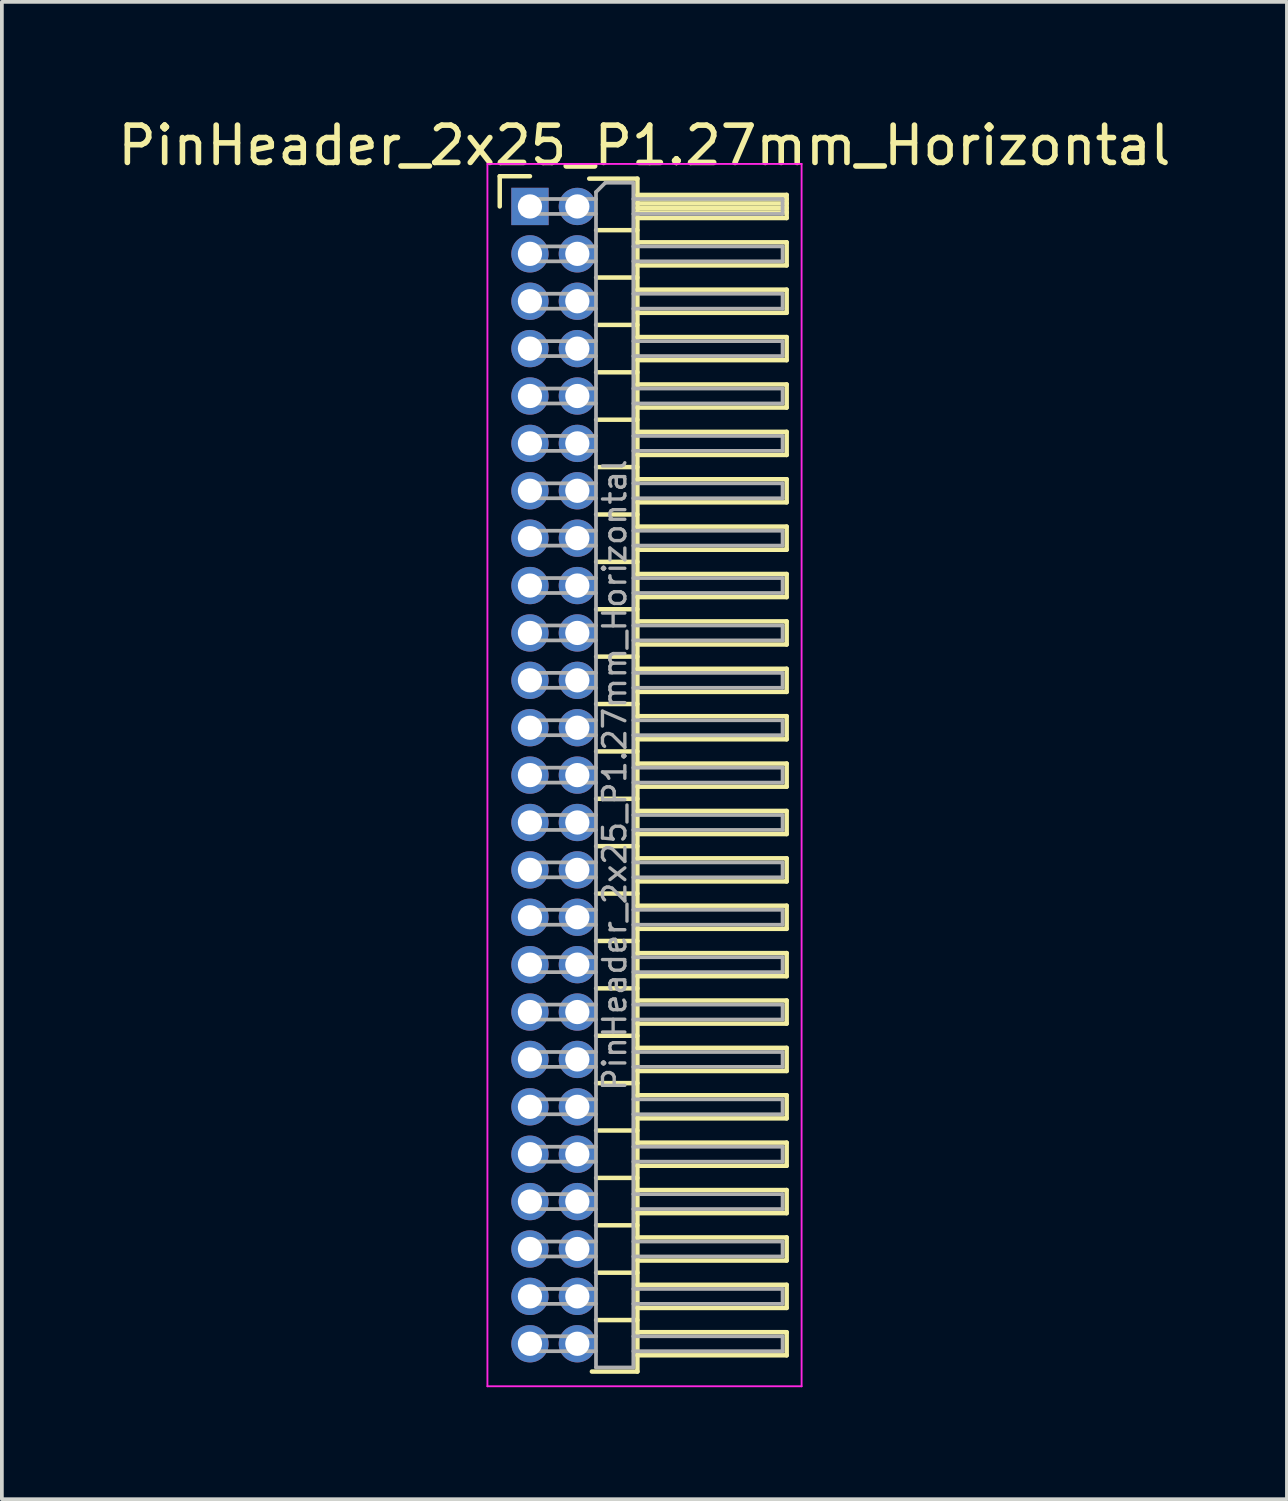
<source format=kicad_pcb>
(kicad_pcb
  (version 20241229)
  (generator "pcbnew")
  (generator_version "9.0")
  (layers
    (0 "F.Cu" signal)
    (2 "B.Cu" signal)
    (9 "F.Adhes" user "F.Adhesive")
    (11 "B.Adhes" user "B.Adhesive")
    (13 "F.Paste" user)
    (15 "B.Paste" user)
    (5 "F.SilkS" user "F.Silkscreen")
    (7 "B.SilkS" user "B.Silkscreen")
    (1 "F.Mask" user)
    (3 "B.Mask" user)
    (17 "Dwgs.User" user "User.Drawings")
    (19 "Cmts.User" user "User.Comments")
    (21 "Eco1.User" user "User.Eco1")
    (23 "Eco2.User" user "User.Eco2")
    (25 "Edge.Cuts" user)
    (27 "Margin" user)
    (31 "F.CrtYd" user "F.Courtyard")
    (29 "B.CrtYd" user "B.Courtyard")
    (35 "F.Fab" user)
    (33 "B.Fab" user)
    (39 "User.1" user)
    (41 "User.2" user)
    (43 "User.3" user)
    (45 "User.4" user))
  (footprint "PinHeader_2x25_P1.27mm_Horizontal"
    (layer "F.Cu")
    (at 11.153 2.483)
    (property "Reference" "PinHeader_2x25_P1.27mm_Horizontal" (at 3.067 -1.635 0) (layer "F.SilkS") (effects (font (size 1 1) (thickness 0.15))))
    (attr through_hole)
    (fp_line (start -0.81 -0.81) (end 0 -0.81) (stroke (width 0.12) (type solid)) (layer "F.SilkS"))
    (fp_line (start -0.81 0) (end -0.81 -0.81) (stroke (width 0.12) (type solid)) (layer "F.SilkS"))
    (fp_line (start 1.588 -0.745) (end 2.88 -0.745) (stroke (width 0.12) (type solid)) (layer "F.SilkS"))
    (fp_line (start 1.773 0.635) (end 2.88 0.635) (stroke (width 0.12) (type solid)) (layer "F.SilkS"))
    (fp_line (start 1.773 1.905) (end 2.88 1.905) (stroke (width 0.12) (type solid)) (layer "F.SilkS"))
    (fp_line (start 1.773 3.175) (end 2.88 3.175) (stroke (width 0.12) (type solid)) (layer "F.SilkS"))
    (fp_line (start 1.773 4.445) (end 2.88 4.445) (stroke (width 0.12) (type solid)) (layer "F.SilkS"))
    (fp_line (start 1.773 5.715) (end 2.88 5.715) (stroke (width 0.12) (type solid)) (layer "F.SilkS"))
    (fp_line (start 1.773 6.985) (end 2.88 6.985) (stroke (width 0.12) (type solid)) (layer "F.SilkS"))
    (fp_line (start 1.773 8.255) (end 2.88 8.255) (stroke (width 0.12) (type solid)) (layer "F.SilkS"))
    (fp_line (start 1.773 9.525) (end 2.88 9.525) (stroke (width 0.12) (type solid)) (layer "F.SilkS"))
    (fp_line (start 1.773 10.795) (end 2.88 10.795) (stroke (width 0.12) (type solid)) (layer "F.SilkS"))
    (fp_line (start 1.773 12.065) (end 2.88 12.065) (stroke (width 0.12) (type solid)) (layer "F.SilkS"))
    (fp_line (start 1.773 13.335) (end 2.88 13.335) (stroke (width 0.12) (type solid)) (layer "F.SilkS"))
    (fp_line (start 1.773 14.605) (end 2.88 14.605) (stroke (width 0.12) (type solid)) (layer "F.SilkS"))
    (fp_line (start 1.773 15.875) (end 2.88 15.875) (stroke (width 0.12) (type solid)) (layer "F.SilkS"))
    (fp_line (start 1.773 17.145) (end 2.88 17.145) (stroke (width 0.12) (type solid)) (layer "F.SilkS"))
    (fp_line (start 1.773 18.415) (end 2.88 18.415) (stroke (width 0.12) (type solid)) (layer "F.SilkS"))
    (fp_line (start 1.773 19.685) (end 2.88 19.685) (stroke (width 0.12) (type solid)) (layer "F.SilkS"))
    (fp_line (start 1.773 20.955) (end 2.88 20.955) (stroke (width 0.12) (type solid)) (layer "F.SilkS"))
    (fp_line (start 1.773 22.225) (end 2.88 22.225) (stroke (width 0.12) (type solid)) (layer "F.SilkS"))
    (fp_line (start 1.773 23.495) (end 2.88 23.495) (stroke (width 0.12) (type solid)) (layer "F.SilkS"))
    (fp_line (start 1.773 24.765) (end 2.88 24.765) (stroke (width 0.12) (type solid)) (layer "F.SilkS"))
    (fp_line (start 1.773 26.035) (end 2.88 26.035) (stroke (width 0.12) (type solid)) (layer "F.SilkS"))
    (fp_line (start 1.773 27.305) (end 2.88 27.305) (stroke (width 0.12) (type solid)) (layer "F.SilkS"))
    (fp_line (start 1.773 28.575) (end 2.88 28.575) (stroke (width 0.12) (type solid)) (layer "F.SilkS"))
    (fp_line (start 1.773 29.845) (end 2.88 29.845) (stroke (width 0.12) (type solid)) (layer "F.SilkS"))
    (fp_line (start 2.88 -0.745) (end 2.88 31.225) (stroke (width 0.12) (type solid)) (layer "F.SilkS"))
    (fp_line (start 2.88 -0.31) (end 6.88 -0.31) (stroke (width 0.12) (type solid)) (layer "F.SilkS"))
    (fp_line (start 2.88 -0.2) (end 6.88 -0.2) (stroke (width 0.12) (type solid)) (layer "F.SilkS"))
    (fp_line (start 2.88 -0.08) (end 6.88 -0.08) (stroke (width 0.12) (type solid)) (layer "F.SilkS"))
    (fp_line (start 2.88 0.04) (end 6.88 0.04) (stroke (width 0.12) (type solid)) (layer "F.SilkS"))
    (fp_line (start 2.88 0.16) (end 6.88 0.16) (stroke (width 0.12) (type solid)) (layer "F.SilkS"))
    (fp_line (start 2.88 0.96) (end 6.88 0.96) (stroke (width 0.12) (type solid)) (layer "F.SilkS"))
    (fp_line (start 2.88 2.23) (end 6.88 2.23) (stroke (width 0.12) (type solid)) (layer "F.SilkS"))
    (fp_line (start 2.88 3.5) (end 6.88 3.5) (stroke (width 0.12) (type solid)) (layer "F.SilkS"))
    (fp_line (start 2.88 4.77) (end 6.88 4.77) (stroke (width 0.12) (type solid)) (layer "F.SilkS"))
    (fp_line (start 2.88 6.04) (end 6.88 6.04) (stroke (width 0.12) (type solid)) (layer "F.SilkS"))
    (fp_line (start 2.88 7.31) (end 6.88 7.31) (stroke (width 0.12) (type solid)) (layer "F.SilkS"))
    (fp_line (start 2.88 8.58) (end 6.88 8.58) (stroke (width 0.12) (type solid)) (layer "F.SilkS"))
    (fp_line (start 2.88 9.85) (end 6.88 9.85) (stroke (width 0.12) (type solid)) (layer "F.SilkS"))
    (fp_line (start 2.88 11.12) (end 6.88 11.12) (stroke (width 0.12) (type solid)) (layer "F.SilkS"))
    (fp_line (start 2.88 12.39) (end 6.88 12.39) (stroke (width 0.12) (type solid)) (layer "F.SilkS"))
    (fp_line (start 2.88 13.66) (end 6.88 13.66) (stroke (width 0.12) (type solid)) (layer "F.SilkS"))
    (fp_line (start 2.88 14.93) (end 6.88 14.93) (stroke (width 0.12) (type solid)) (layer "F.SilkS"))
    (fp_line (start 2.88 16.2) (end 6.88 16.2) (stroke (width 0.12) (type solid)) (layer "F.SilkS"))
    (fp_line (start 2.88 17.47) (end 6.88 17.47) (stroke (width 0.12) (type solid)) (layer "F.SilkS"))
    (fp_line (start 2.88 18.74) (end 6.88 18.74) (stroke (width 0.12) (type solid)) (layer "F.SilkS"))
    (fp_line (start 2.88 20.01) (end 6.88 20.01) (stroke (width 0.12) (type solid)) (layer "F.SilkS"))
    (fp_line (start 2.88 21.28) (end 6.88 21.28) (stroke (width 0.12) (type solid)) (layer "F.SilkS"))
    (fp_line (start 2.88 22.55) (end 6.88 22.55) (stroke (width 0.12) (type solid)) (layer "F.SilkS"))
    (fp_line (start 2.88 23.82) (end 6.88 23.82) (stroke (width 0.12) (type solid)) (layer "F.SilkS"))
    (fp_line (start 2.88 25.09) (end 6.88 25.09) (stroke (width 0.12) (type solid)) (layer "F.SilkS"))
    (fp_line (start 2.88 26.36) (end 6.88 26.36) (stroke (width 0.12) (type solid)) (layer "F.SilkS"))
    (fp_line (start 2.88 27.63) (end 6.88 27.63) (stroke (width 0.12) (type solid)) (layer "F.SilkS"))
    (fp_line (start 2.88 28.9) (end 6.88 28.9) (stroke (width 0.12) (type solid)) (layer "F.SilkS"))
    (fp_line (start 2.88 30.17) (end 6.88 30.17) (stroke (width 0.12) (type solid)) (layer "F.SilkS"))
    (fp_line (start 2.88 31.225) (end 1.66 31.225) (stroke (width 0.12) (type solid)) (layer "F.SilkS"))
    (fp_line (start 6.88 -0.31) (end 6.88 0.31) (stroke (width 0.12) (type solid)) (layer "F.SilkS"))
    (fp_line (start 6.88 0.31) (end 2.88 0.31) (stroke (width 0.12) (type solid)) (layer "F.SilkS"))
    (fp_line (start 6.88 0.96) (end 6.88 1.58) (stroke (width 0.12) (type solid)) (layer "F.SilkS"))
    (fp_line (start 6.88 1.58) (end 2.88 1.58) (stroke (width 0.12) (type solid)) (layer "F.SilkS"))
    (fp_line (start 6.88 2.23) (end 6.88 2.85) (stroke (width 0.12) (type solid)) (layer "F.SilkS"))
    (fp_line (start 6.88 2.85) (end 2.88 2.85) (stroke (width 0.12) (type solid)) (layer "F.SilkS"))
    (fp_line (start 6.88 3.5) (end 6.88 4.12) (stroke (width 0.12) (type solid)) (layer "F.SilkS"))
    (fp_line (start 6.88 4.12) (end 2.88 4.12) (stroke (width 0.12) (type solid)) (layer "F.SilkS"))
    (fp_line (start 6.88 4.77) (end 6.88 5.39) (stroke (width 0.12) (type solid)) (layer "F.SilkS"))
    (fp_line (start 6.88 5.39) (end 2.88 5.39) (stroke (width 0.12) (type solid)) (layer "F.SilkS"))
    (fp_line (start 6.88 6.04) (end 6.88 6.66) (stroke (width 0.12) (type solid)) (layer "F.SilkS"))
    (fp_line (start 6.88 6.66) (end 2.88 6.66) (stroke (width 0.12) (type solid)) (layer "F.SilkS"))
    (fp_line (start 6.88 7.31) (end 6.88 7.93) (stroke (width 0.12) (type solid)) (layer "F.SilkS"))
    (fp_line (start 6.88 7.93) (end 2.88 7.93) (stroke (width 0.12) (type solid)) (layer "F.SilkS"))
    (fp_line (start 6.88 8.58) (end 6.88 9.2) (stroke (width 0.12) (type solid)) (layer "F.SilkS"))
    (fp_line (start 6.88 9.2) (end 2.88 9.2) (stroke (width 0.12) (type solid)) (layer "F.SilkS"))
    (fp_line (start 6.88 9.85) (end 6.88 10.47) (stroke (width 0.12) (type solid)) (layer "F.SilkS"))
    (fp_line (start 6.88 10.47) (end 2.88 10.47) (stroke (width 0.12) (type solid)) (layer "F.SilkS"))
    (fp_line (start 6.88 11.12) (end 6.88 11.74) (stroke (width 0.12) (type solid)) (layer "F.SilkS"))
    (fp_line (start 6.88 11.74) (end 2.88 11.74) (stroke (width 0.12) (type solid)) (layer "F.SilkS"))
    (fp_line (start 6.88 12.39) (end 6.88 13.01) (stroke (width 0.12) (type solid)) (layer "F.SilkS"))
    (fp_line (start 6.88 13.01) (end 2.88 13.01) (stroke (width 0.12) (type solid)) (layer "F.SilkS"))
    (fp_line (start 6.88 13.66) (end 6.88 14.28) (stroke (width 0.12) (type solid)) (layer "F.SilkS"))
    (fp_line (start 6.88 14.28) (end 2.88 14.28) (stroke (width 0.12) (type solid)) (layer "F.SilkS"))
    (fp_line (start 6.88 14.93) (end 6.88 15.55) (stroke (width 0.12) (type solid)) (layer "F.SilkS"))
    (fp_line (start 6.88 15.55) (end 2.88 15.55) (stroke (width 0.12) (type solid)) (layer "F.SilkS"))
    (fp_line (start 6.88 16.2) (end 6.88 16.82) (stroke (width 0.12) (type solid)) (layer "F.SilkS"))
    (fp_line (start 6.88 16.82) (end 2.88 16.82) (stroke (width 0.12) (type solid)) (layer "F.SilkS"))
    (fp_line (start 6.88 17.47) (end 6.88 18.09) (stroke (width 0.12) (type solid)) (layer "F.SilkS"))
    (fp_line (start 6.88 18.09) (end 2.88 18.09) (stroke (width 0.12) (type solid)) (layer "F.SilkS"))
    (fp_line (start 6.88 18.74) (end 6.88 19.36) (stroke (width 0.12) (type solid)) (layer "F.SilkS"))
    (fp_line (start 6.88 19.36) (end 2.88 19.36) (stroke (width 0.12) (type solid)) (layer "F.SilkS"))
    (fp_line (start 6.88 20.01) (end 6.88 20.63) (stroke (width 0.12) (type solid)) (layer "F.SilkS"))
    (fp_line (start 6.88 20.63) (end 2.88 20.63) (stroke (width 0.12) (type solid)) (layer "F.SilkS"))
    (fp_line (start 6.88 21.28) (end 6.88 21.9) (stroke (width 0.12) (type solid)) (layer "F.SilkS"))
    (fp_line (start 6.88 21.9) (end 2.88 21.9) (stroke (width 0.12) (type solid)) (layer "F.SilkS"))
    (fp_line (start 6.88 22.55) (end 6.88 23.17) (stroke (width 0.12) (type solid)) (layer "F.SilkS"))
    (fp_line (start 6.88 23.17) (end 2.88 23.17) (stroke (width 0.12) (type solid)) (layer "F.SilkS"))
    (fp_line (start 6.88 23.82) (end 6.88 24.44) (stroke (width 0.12) (type solid)) (layer "F.SilkS"))
    (fp_line (start 6.88 24.44) (end 2.88 24.44) (stroke (width 0.12) (type solid)) (layer "F.SilkS"))
    (fp_line (start 6.88 25.09) (end 6.88 25.71) (stroke (width 0.12) (type solid)) (layer "F.SilkS"))
    (fp_line (start 6.88 25.71) (end 2.88 25.71) (stroke (width 0.12) (type solid)) (layer "F.SilkS"))
    (fp_line (start 6.88 26.36) (end 6.88 26.98) (stroke (width 0.12) (type solid)) (layer "F.SilkS"))
    (fp_line (start 6.88 26.98) (end 2.88 26.98) (stroke (width 0.12) (type solid)) (layer "F.SilkS"))
    (fp_line (start 6.88 27.63) (end 6.88 28.25) (stroke (width 0.12) (type solid)) (layer "F.SilkS"))
    (fp_line (start 6.88 28.25) (end 2.88 28.25) (stroke (width 0.12) (type solid)) (layer "F.SilkS"))
    (fp_line (start 6.88 28.9) (end 6.88 29.52) (stroke (width 0.12) (type solid)) (layer "F.SilkS"))
    (fp_line (start 6.88 29.52) (end 2.88 29.52) (stroke (width 0.12) (type solid)) (layer "F.SilkS"))
    (fp_line (start 6.88 30.17) (end 6.88 30.79) (stroke (width 0.12) (type solid)) (layer "F.SilkS"))
    (fp_line (start 6.88 30.79) (end 2.88 30.79) (stroke (width 0.12) (type solid)) (layer "F.SilkS"))
    (fp_line (start -1.14 -1.14) (end -1.14 31.62) (stroke (width 0.05) (type solid)) (layer "F.CrtYd"))
    (fp_line (start -1.14 31.62) (end 7.28 31.62) (stroke (width 0.05) (type solid)) (layer "F.CrtYd"))
    (fp_line (start 7.28 -1.14) (end -1.14 -1.14) (stroke (width 0.05) (type solid)) (layer "F.CrtYd"))
    (fp_line (start 7.28 31.62) (end 7.28 -1.14) (stroke (width 0.05) (type solid)) (layer "F.CrtYd"))
    (fp_line (start -0.2 -0.2) (end -0.2 0.2) (stroke (width 0.1) (type solid)) (layer "F.Fab"))
    (fp_line (start -0.2 -0.2) (end 1.77 -0.2) (stroke (width 0.1) (type solid)) (layer "F.Fab"))
    (fp_line (start -0.2 0.2) (end 1.77 0.2) (stroke (width 0.1) (type solid)) (layer "F.Fab"))
    (fp_line (start -0.2 1.07) (end -0.2 1.47) (stroke (width 0.1) (type solid)) (layer "F.Fab"))
    (fp_line (start -0.2 1.07) (end 1.77 1.07) (stroke (width 0.1) (type solid)) (layer "F.Fab"))
    (fp_line (start -0.2 1.47) (end 1.77 1.47) (stroke (width 0.1) (type solid)) (layer "F.Fab"))
    (fp_line (start -0.2 2.34) (end -0.2 2.74) (stroke (width 0.1) (type solid)) (layer "F.Fab"))
    (fp_line (start -0.2 2.34) (end 1.77 2.34) (stroke (width 0.1) (type solid)) (layer "F.Fab"))
    (fp_line (start -0.2 2.74) (end 1.77 2.74) (stroke (width 0.1) (type solid)) (layer "F.Fab"))
    (fp_line (start -0.2 3.61) (end -0.2 4.01) (stroke (width 0.1) (type solid)) (layer "F.Fab"))
    (fp_line (start -0.2 3.61) (end 1.77 3.61) (stroke (width 0.1) (type solid)) (layer "F.Fab"))
    (fp_line (start -0.2 4.01) (end 1.77 4.01) (stroke (width 0.1) (type solid)) (layer "F.Fab"))
    (fp_line (start -0.2 4.88) (end -0.2 5.28) (stroke (width 0.1) (type solid)) (layer "F.Fab"))
    (fp_line (start -0.2 4.88) (end 1.77 4.88) (stroke (width 0.1) (type solid)) (layer "F.Fab"))
    (fp_line (start -0.2 5.28) (end 1.77 5.28) (stroke (width 0.1) (type solid)) (layer "F.Fab"))
    (fp_line (start -0.2 6.15) (end -0.2 6.55) (stroke (width 0.1) (type solid)) (layer "F.Fab"))
    (fp_line (start -0.2 6.15) (end 1.77 6.15) (stroke (width 0.1) (type solid)) (layer "F.Fab"))
    (fp_line (start -0.2 6.55) (end 1.77 6.55) (stroke (width 0.1) (type solid)) (layer "F.Fab"))
    (fp_line (start -0.2 7.42) (end -0.2 7.82) (stroke (width 0.1) (type solid)) (layer "F.Fab"))
    (fp_line (start -0.2 7.42) (end 1.77 7.42) (stroke (width 0.1) (type solid)) (layer "F.Fab"))
    (fp_line (start -0.2 7.82) (end 1.77 7.82) (stroke (width 0.1) (type solid)) (layer "F.Fab"))
    (fp_line (start -0.2 8.69) (end -0.2 9.09) (stroke (width 0.1) (type solid)) (layer "F.Fab"))
    (fp_line (start -0.2 8.69) (end 1.77 8.69) (stroke (width 0.1) (type solid)) (layer "F.Fab"))
    (fp_line (start -0.2 9.09) (end 1.77 9.09) (stroke (width 0.1) (type solid)) (layer "F.Fab"))
    (fp_line (start -0.2 9.96) (end -0.2 10.36) (stroke (width 0.1) (type solid)) (layer "F.Fab"))
    (fp_line (start -0.2 9.96) (end 1.77 9.96) (stroke (width 0.1) (type solid)) (layer "F.Fab"))
    (fp_line (start -0.2 10.36) (end 1.77 10.36) (stroke (width 0.1) (type solid)) (layer "F.Fab"))
    (fp_line (start -0.2 11.23) (end -0.2 11.63) (stroke (width 0.1) (type solid)) (layer "F.Fab"))
    (fp_line (start -0.2 11.23) (end 1.77 11.23) (stroke (width 0.1) (type solid)) (layer "F.Fab"))
    (fp_line (start -0.2 11.63) (end 1.77 11.63) (stroke (width 0.1) (type solid)) (layer "F.Fab"))
    (fp_line (start -0.2 12.5) (end -0.2 12.9) (stroke (width 0.1) (type solid)) (layer "F.Fab"))
    (fp_line (start -0.2 12.5) (end 1.77 12.5) (stroke (width 0.1) (type solid)) (layer "F.Fab"))
    (fp_line (start -0.2 12.9) (end 1.77 12.9) (stroke (width 0.1) (type solid)) (layer "F.Fab"))
    (fp_line (start -0.2 13.77) (end -0.2 14.17) (stroke (width 0.1) (type solid)) (layer "F.Fab"))
    (fp_line (start -0.2 13.77) (end 1.77 13.77) (stroke (width 0.1) (type solid)) (layer "F.Fab"))
    (fp_line (start -0.2 14.17) (end 1.77 14.17) (stroke (width 0.1) (type solid)) (layer "F.Fab"))
    (fp_line (start -0.2 15.04) (end -0.2 15.44) (stroke (width 0.1) (type solid)) (layer "F.Fab"))
    (fp_line (start -0.2 15.04) (end 1.77 15.04) (stroke (width 0.1) (type solid)) (layer "F.Fab"))
    (fp_line (start -0.2 15.44) (end 1.77 15.44) (stroke (width 0.1) (type solid)) (layer "F.Fab"))
    (fp_line (start -0.2 16.31) (end -0.2 16.71) (stroke (width 0.1) (type solid)) (layer "F.Fab"))
    (fp_line (start -0.2 16.31) (end 1.77 16.31) (stroke (width 0.1) (type solid)) (layer "F.Fab"))
    (fp_line (start -0.2 16.71) (end 1.77 16.71) (stroke (width 0.1) (type solid)) (layer "F.Fab"))
    (fp_line (start -0.2 17.58) (end -0.2 17.98) (stroke (width 0.1) (type solid)) (layer "F.Fab"))
    (fp_line (start -0.2 17.58) (end 1.77 17.58) (stroke (width 0.1) (type solid)) (layer "F.Fab"))
    (fp_line (start -0.2 17.98) (end 1.77 17.98) (stroke (width 0.1) (type solid)) (layer "F.Fab"))
    (fp_line (start -0.2 18.85) (end -0.2 19.25) (stroke (width 0.1) (type solid)) (layer "F.Fab"))
    (fp_line (start -0.2 18.85) (end 1.77 18.85) (stroke (width 0.1) (type solid)) (layer "F.Fab"))
    (fp_line (start -0.2 19.25) (end 1.77 19.25) (stroke (width 0.1) (type solid)) (layer "F.Fab"))
    (fp_line (start -0.2 20.12) (end -0.2 20.52) (stroke (width 0.1) (type solid)) (layer "F.Fab"))
    (fp_line (start -0.2 20.12) (end 1.77 20.12) (stroke (width 0.1) (type solid)) (layer "F.Fab"))
    (fp_line (start -0.2 20.52) (end 1.77 20.52) (stroke (width 0.1) (type solid)) (layer "F.Fab"))
    (fp_line (start -0.2 21.39) (end -0.2 21.79) (stroke (width 0.1) (type solid)) (layer "F.Fab"))
    (fp_line (start -0.2 21.39) (end 1.77 21.39) (stroke (width 0.1) (type solid)) (layer "F.Fab"))
    (fp_line (start -0.2 21.79) (end 1.77 21.79) (stroke (width 0.1) (type solid)) (layer "F.Fab"))
    (fp_line (start -0.2 22.66) (end -0.2 23.06) (stroke (width 0.1) (type solid)) (layer "F.Fab"))
    (fp_line (start -0.2 22.66) (end 1.77 22.66) (stroke (width 0.1) (type solid)) (layer "F.Fab"))
    (fp_line (start -0.2 23.06) (end 1.77 23.06) (stroke (width 0.1) (type solid)) (layer "F.Fab"))
    (fp_line (start -0.2 23.93) (end -0.2 24.33) (stroke (width 0.1) (type solid)) (layer "F.Fab"))
    (fp_line (start -0.2 23.93) (end 1.77 23.93) (stroke (width 0.1) (type solid)) (layer "F.Fab"))
    (fp_line (start -0.2 24.33) (end 1.77 24.33) (stroke (width 0.1) (type solid)) (layer "F.Fab"))
    (fp_line (start -0.2 25.2) (end -0.2 25.6) (stroke (width 0.1) (type solid)) (layer "F.Fab"))
    (fp_line (start -0.2 25.2) (end 1.77 25.2) (stroke (width 0.1) (type solid)) (layer "F.Fab"))
    (fp_line (start -0.2 25.6) (end 1.77 25.6) (stroke (width 0.1) (type solid)) (layer "F.Fab"))
    (fp_line (start -0.2 26.47) (end -0.2 26.87) (stroke (width 0.1) (type solid)) (layer "F.Fab"))
    (fp_line (start -0.2 26.47) (end 1.77 26.47) (stroke (width 0.1) (type solid)) (layer "F.Fab"))
    (fp_line (start -0.2 26.87) (end 1.77 26.87) (stroke (width 0.1) (type solid)) (layer "F.Fab"))
    (fp_line (start -0.2 27.74) (end -0.2 28.14) (stroke (width 0.1) (type solid)) (layer "F.Fab"))
    (fp_line (start -0.2 27.74) (end 1.77 27.74) (stroke (width 0.1) (type solid)) (layer "F.Fab"))
    (fp_line (start -0.2 28.14) (end 1.77 28.14) (stroke (width 0.1) (type solid)) (layer "F.Fab"))
    (fp_line (start -0.2 29.01) (end -0.2 29.41) (stroke (width 0.1) (type solid)) (layer "F.Fab"))
    (fp_line (start -0.2 29.01) (end 1.77 29.01) (stroke (width 0.1) (type solid)) (layer "F.Fab"))
    (fp_line (start -0.2 29.41) (end 1.77 29.41) (stroke (width 0.1) (type solid)) (layer "F.Fab"))
    (fp_line (start -0.2 30.28) (end -0.2 30.68) (stroke (width 0.1) (type solid)) (layer "F.Fab"))
    (fp_line (start -0.2 30.28) (end 1.77 30.28) (stroke (width 0.1) (type solid)) (layer "F.Fab"))
    (fp_line (start -0.2 30.68) (end 1.77 30.68) (stroke (width 0.1) (type solid)) (layer "F.Fab"))
    (fp_line (start 1.77 -0.385) (end 2.02 -0.635) (stroke (width 0.1) (type solid)) (layer "F.Fab"))
    (fp_line (start 1.77 31.115) (end 1.77 -0.385) (stroke (width 0.1) (type solid)) (layer "F.Fab"))
    (fp_line (start 2.02 -0.635) (end 2.77 -0.635) (stroke (width 0.1) (type solid)) (layer "F.Fab"))
    (fp_line (start 2.77 -0.635) (end 2.77 31.115) (stroke (width 0.1) (type solid)) (layer "F.Fab"))
    (fp_line (start 2.77 -0.2) (end 6.77 -0.2) (stroke (width 0.1) (type solid)) (layer "F.Fab"))
    (fp_line (start 2.77 0.2) (end 6.77 0.2) (stroke (width 0.1) (type solid)) (layer "F.Fab"))
    (fp_line (start 2.77 1.07) (end 6.77 1.07) (stroke (width 0.1) (type solid)) (layer "F.Fab"))
    (fp_line (start 2.77 1.47) (end 6.77 1.47) (stroke (width 0.1) (type solid)) (layer "F.Fab"))
    (fp_line (start 2.77 2.34) (end 6.77 2.34) (stroke (width 0.1) (type solid)) (layer "F.Fab"))
    (fp_line (start 2.77 2.74) (end 6.77 2.74) (stroke (width 0.1) (type solid)) (layer "F.Fab"))
    (fp_line (start 2.77 3.61) (end 6.77 3.61) (stroke (width 0.1) (type solid)) (layer "F.Fab"))
    (fp_line (start 2.77 4.01) (end 6.77 4.01) (stroke (width 0.1) (type solid)) (layer "F.Fab"))
    (fp_line (start 2.77 4.88) (end 6.77 4.88) (stroke (width 0.1) (type solid)) (layer "F.Fab"))
    (fp_line (start 2.77 5.28) (end 6.77 5.28) (stroke (width 0.1) (type solid)) (layer "F.Fab"))
    (fp_line (start 2.77 6.15) (end 6.77 6.15) (stroke (width 0.1) (type solid)) (layer "F.Fab"))
    (fp_line (start 2.77 6.55) (end 6.77 6.55) (stroke (width 0.1) (type solid)) (layer "F.Fab"))
    (fp_line (start 2.77 7.42) (end 6.77 7.42) (stroke (width 0.1) (type solid)) (layer "F.Fab"))
    (fp_line (start 2.77 7.82) (end 6.77 7.82) (stroke (width 0.1) (type solid)) (layer "F.Fab"))
    (fp_line (start 2.77 8.69) (end 6.77 8.69) (stroke (width 0.1) (type solid)) (layer "F.Fab"))
    (fp_line (start 2.77 9.09) (end 6.77 9.09) (stroke (width 0.1) (type solid)) (layer "F.Fab"))
    (fp_line (start 2.77 9.96) (end 6.77 9.96) (stroke (width 0.1) (type solid)) (layer "F.Fab"))
    (fp_line (start 2.77 10.36) (end 6.77 10.36) (stroke (width 0.1) (type solid)) (layer "F.Fab"))
    (fp_line (start 2.77 11.23) (end 6.77 11.23) (stroke (width 0.1) (type solid)) (layer "F.Fab"))
    (fp_line (start 2.77 11.63) (end 6.77 11.63) (stroke (width 0.1) (type solid)) (layer "F.Fab"))
    (fp_line (start 2.77 12.5) (end 6.77 12.5) (stroke (width 0.1) (type solid)) (layer "F.Fab"))
    (fp_line (start 2.77 12.9) (end 6.77 12.9) (stroke (width 0.1) (type solid)) (layer "F.Fab"))
    (fp_line (start 2.77 13.77) (end 6.77 13.77) (stroke (width 0.1) (type solid)) (layer "F.Fab"))
    (fp_line (start 2.77 14.17) (end 6.77 14.17) (stroke (width 0.1) (type solid)) (layer "F.Fab"))
    (fp_line (start 2.77 15.04) (end 6.77 15.04) (stroke (width 0.1) (type solid)) (layer "F.Fab"))
    (fp_line (start 2.77 15.44) (end 6.77 15.44) (stroke (width 0.1) (type solid)) (layer "F.Fab"))
    (fp_line (start 2.77 16.31) (end 6.77 16.31) (stroke (width 0.1) (type solid)) (layer "F.Fab"))
    (fp_line (start 2.77 16.71) (end 6.77 16.71) (stroke (width 0.1) (type solid)) (layer "F.Fab"))
    (fp_line (start 2.77 17.58) (end 6.77 17.58) (stroke (width 0.1) (type solid)) (layer "F.Fab"))
    (fp_line (start 2.77 17.98) (end 6.77 17.98) (stroke (width 0.1) (type solid)) (layer "F.Fab"))
    (fp_line (start 2.77 18.85) (end 6.77 18.85) (stroke (width 0.1) (type solid)) (layer "F.Fab"))
    (fp_line (start 2.77 19.25) (end 6.77 19.25) (stroke (width 0.1) (type solid)) (layer "F.Fab"))
    (fp_line (start 2.77 20.12) (end 6.77 20.12) (stroke (width 0.1) (type solid)) (layer "F.Fab"))
    (fp_line (start 2.77 20.52) (end 6.77 20.52) (stroke (width 0.1) (type solid)) (layer "F.Fab"))
    (fp_line (start 2.77 21.39) (end 6.77 21.39) (stroke (width 0.1) (type solid)) (layer "F.Fab"))
    (fp_line (start 2.77 21.79) (end 6.77 21.79) (stroke (width 0.1) (type solid)) (layer "F.Fab"))
    (fp_line (start 2.77 22.66) (end 6.77 22.66) (stroke (width 0.1) (type solid)) (layer "F.Fab"))
    (fp_line (start 2.77 23.06) (end 6.77 23.06) (stroke (width 0.1) (type solid)) (layer "F.Fab"))
    (fp_line (start 2.77 23.93) (end 6.77 23.93) (stroke (width 0.1) (type solid)) (layer "F.Fab"))
    (fp_line (start 2.77 24.33) (end 6.77 24.33) (stroke (width 0.1) (type solid)) (layer "F.Fab"))
    (fp_line (start 2.77 25.2) (end 6.77 25.2) (stroke (width 0.1) (type solid)) (layer "F.Fab"))
    (fp_line (start 2.77 25.6) (end 6.77 25.6) (stroke (width 0.1) (type solid)) (layer "F.Fab"))
    (fp_line (start 2.77 26.47) (end 6.77 26.47) (stroke (width 0.1) (type solid)) (layer "F.Fab"))
    (fp_line (start 2.77 26.87) (end 6.77 26.87) (stroke (width 0.1) (type solid)) (layer "F.Fab"))
    (fp_line (start 2.77 27.74) (end 6.77 27.74) (stroke (width 0.1) (type solid)) (layer "F.Fab"))
    (fp_line (start 2.77 28.14) (end 6.77 28.14) (stroke (width 0.1) (type solid)) (layer "F.Fab"))
    (fp_line (start 2.77 29.01) (end 6.77 29.01) (stroke (width 0.1) (type solid)) (layer "F.Fab"))
    (fp_line (start 2.77 29.41) (end 6.77 29.41) (stroke (width 0.1) (type solid)) (layer "F.Fab"))
    (fp_line (start 2.77 30.28) (end 6.77 30.28) (stroke (width 0.1) (type solid)) (layer "F.Fab"))
    (fp_line (start 2.77 30.68) (end 6.77 30.68) (stroke (width 0.1) (type solid)) (layer "F.Fab"))
    (fp_line (start 2.77 31.115) (end 1.77 31.115) (stroke (width 0.1) (type solid)) (layer "F.Fab"))
    (fp_line (start 6.77 -0.2) (end 6.77 0.2) (stroke (width 0.1) (type solid)) (layer "F.Fab"))
    (fp_line (start 6.77 1.07) (end 6.77 1.47) (stroke (width 0.1) (type solid)) (layer "F.Fab"))
    (fp_line (start 6.77 2.34) (end 6.77 2.74) (stroke (width 0.1) (type solid)) (layer "F.Fab"))
    (fp_line (start 6.77 3.61) (end 6.77 4.01) (stroke (width 0.1) (type solid)) (layer "F.Fab"))
    (fp_line (start 6.77 4.88) (end 6.77 5.28) (stroke (width 0.1) (type solid)) (layer "F.Fab"))
    (fp_line (start 6.77 6.15) (end 6.77 6.55) (stroke (width 0.1) (type solid)) (layer "F.Fab"))
    (fp_line (start 6.77 7.42) (end 6.77 7.82) (stroke (width 0.1) (type solid)) (layer "F.Fab"))
    (fp_line (start 6.77 8.69) (end 6.77 9.09) (stroke (width 0.1) (type solid)) (layer "F.Fab"))
    (fp_line (start 6.77 9.96) (end 6.77 10.36) (stroke (width 0.1) (type solid)) (layer "F.Fab"))
    (fp_line (start 6.77 11.23) (end 6.77 11.63) (stroke (width 0.1) (type solid)) (layer "F.Fab"))
    (fp_line (start 6.77 12.5) (end 6.77 12.9) (stroke (width 0.1) (type solid)) (layer "F.Fab"))
    (fp_line (start 6.77 13.77) (end 6.77 14.17) (stroke (width 0.1) (type solid)) (layer "F.Fab"))
    (fp_line (start 6.77 15.04) (end 6.77 15.44) (stroke (width 0.1) (type solid)) (layer "F.Fab"))
    (fp_line (start 6.77 16.31) (end 6.77 16.71) (stroke (width 0.1) (type solid)) (layer "F.Fab"))
    (fp_line (start 6.77 17.58) (end 6.77 17.98) (stroke (width 0.1) (type solid)) (layer "F.Fab"))
    (fp_line (start 6.77 18.85) (end 6.77 19.25) (stroke (width 0.1) (type solid)) (layer "F.Fab"))
    (fp_line (start 6.77 20.12) (end 6.77 20.52) (stroke (width 0.1) (type solid)) (layer "F.Fab"))
    (fp_line (start 6.77 21.39) (end 6.77 21.79) (stroke (width 0.1) (type solid)) (layer "F.Fab"))
    (fp_line (start 6.77 22.66) (end 6.77 23.06) (stroke (width 0.1) (type solid)) (layer "F.Fab"))
    (fp_line (start 6.77 23.93) (end 6.77 24.33) (stroke (width 0.1) (type solid)) (layer "F.Fab"))
    (fp_line (start 6.77 25.2) (end 6.77 25.6) (stroke (width 0.1) (type solid)) (layer "F.Fab"))
    (fp_line (start 6.77 26.47) (end 6.77 26.87) (stroke (width 0.1) (type solid)) (layer "F.Fab"))
    (fp_line (start 6.77 27.74) (end 6.77 28.14) (stroke (width 0.1) (type solid)) (layer "F.Fab"))
    (fp_line (start 6.77 29.01) (end 6.77 29.41) (stroke (width 0.1) (type solid)) (layer "F.Fab"))
    (fp_line (start 6.77 30.28) (end 6.77 30.68) (stroke (width 0.1) (type solid)) (layer "F.Fab"))
    (fp_text user "${REFERENCE}" (at 2.27 15.24 90) (layer "F.Fab") (effects (font (size 0.6 0.6) (thickness 0.09))))
    (pad "1" thru_hole rect (at 0 0) (size 1 1) (drill 0.65) (layers "*.Cu" "*.Mask"))
    (pad "2" thru_hole circle (at 1.27 0) (size 1 1) (drill 0.65) (layers "*.Cu" "*.Mask"))
    (pad "3" thru_hole circle (at 0 1.27) (size 1 1) (drill 0.65) (layers "*.Cu" "*.Mask"))
    (pad "4" thru_hole circle (at 1.27 1.27) (size 1 1) (drill 0.65) (layers "*.Cu" "*.Mask"))
    (pad "5" thru_hole circle (at 0 2.54) (size 1 1) (drill 0.65) (layers "*.Cu" "*.Mask"))
    (pad "6" thru_hole circle (at 1.27 2.54) (size 1 1) (drill 0.65) (layers "*.Cu" "*.Mask"))
    (pad "7" thru_hole circle (at 0 3.81) (size 1 1) (drill 0.65) (layers "*.Cu" "*.Mask"))
    (pad "8" thru_hole circle (at 1.27 3.81) (size 1 1) (drill 0.65) (layers "*.Cu" "*.Mask"))
    (pad "9" thru_hole circle (at 0 5.08) (size 1 1) (drill 0.65) (layers "*.Cu" "*.Mask"))
    (pad "10" thru_hole circle (at 1.27 5.08) (size 1 1) (drill 0.65) (layers "*.Cu" "*.Mask"))
    (pad "11" thru_hole circle (at 0 6.35) (size 1 1) (drill 0.65) (layers "*.Cu" "*.Mask"))
    (pad "12" thru_hole circle (at 1.27 6.35) (size 1 1) (drill 0.65) (layers "*.Cu" "*.Mask"))
    (pad "13" thru_hole circle (at 0 7.62) (size 1 1) (drill 0.65) (layers "*.Cu" "*.Mask"))
    (pad "14" thru_hole circle (at 1.27 7.62) (size 1 1) (drill 0.65) (layers "*.Cu" "*.Mask"))
    (pad "15" thru_hole circle (at 0 8.89) (size 1 1) (drill 0.65) (layers "*.Cu" "*.Mask"))
    (pad "16" thru_hole circle (at 1.27 8.89) (size 1 1) (drill 0.65) (layers "*.Cu" "*.Mask"))
    (pad "17" thru_hole circle (at 0 10.16) (size 1 1) (drill 0.65) (layers "*.Cu" "*.Mask"))
    (pad "18" thru_hole circle (at 1.27 10.16) (size 1 1) (drill 0.65) (layers "*.Cu" "*.Mask"))
    (pad "19" thru_hole circle (at 0 11.43) (size 1 1) (drill 0.65) (layers "*.Cu" "*.Mask"))
    (pad "20" thru_hole circle (at 1.27 11.43) (size 1 1) (drill 0.65) (layers "*.Cu" "*.Mask"))
    (pad "21" thru_hole circle (at 0 12.7) (size 1 1) (drill 0.65) (layers "*.Cu" "*.Mask"))
    (pad "22" thru_hole circle (at 1.27 12.7) (size 1 1) (drill 0.65) (layers "*.Cu" "*.Mask"))
    (pad "23" thru_hole circle (at 0 13.97) (size 1 1) (drill 0.65) (layers "*.Cu" "*.Mask"))
    (pad "24" thru_hole circle (at 1.27 13.97) (size 1 1) (drill 0.65) (layers "*.Cu" "*.Mask"))
    (pad "25" thru_hole circle (at 0 15.24) (size 1 1) (drill 0.65) (layers "*.Cu" "*.Mask"))
    (pad "26" thru_hole circle (at 1.27 15.24) (size 1 1) (drill 0.65) (layers "*.Cu" "*.Mask"))
    (pad "27" thru_hole circle (at 0 16.51) (size 1 1) (drill 0.65) (layers "*.Cu" "*.Mask"))
    (pad "28" thru_hole circle (at 1.27 16.51) (size 1 1) (drill 0.65) (layers "*.Cu" "*.Mask"))
    (pad "29" thru_hole circle (at 0 17.78) (size 1 1) (drill 0.65) (layers "*.Cu" "*.Mask"))
    (pad "30" thru_hole circle (at 1.27 17.78) (size 1 1) (drill 0.65) (layers "*.Cu" "*.Mask"))
    (pad "31" thru_hole circle (at 0 19.05) (size 1 1) (drill 0.65) (layers "*.Cu" "*.Mask"))
    (pad "32" thru_hole circle (at 1.27 19.05) (size 1 1) (drill 0.65) (layers "*.Cu" "*.Mask"))
    (pad "33" thru_hole circle (at 0 20.32) (size 1 1) (drill 0.65) (layers "*.Cu" "*.Mask"))
    (pad "34" thru_hole circle (at 1.27 20.32) (size 1 1) (drill 0.65) (layers "*.Cu" "*.Mask"))
    (pad "35" thru_hole circle (at 0 21.59) (size 1 1) (drill 0.65) (layers "*.Cu" "*.Mask"))
    (pad "36" thru_hole circle (at 1.27 21.59) (size 1 1) (drill 0.65) (layers "*.Cu" "*.Mask"))
    (pad "37" thru_hole circle (at 0 22.86) (size 1 1) (drill 0.65) (layers "*.Cu" "*.Mask"))
    (pad "38" thru_hole circle (at 1.27 22.86) (size 1 1) (drill 0.65) (layers "*.Cu" "*.Mask"))
    (pad "39" thru_hole circle (at 0 24.13) (size 1 1) (drill 0.65) (layers "*.Cu" "*.Mask"))
    (pad "40" thru_hole circle (at 1.27 24.13) (size 1 1) (drill 0.65) (layers "*.Cu" "*.Mask"))
    (pad "41" thru_hole circle (at 0 25.4) (size 1 1) (drill 0.65) (layers "*.Cu" "*.Mask"))
    (pad "42" thru_hole circle (at 1.27 25.4) (size 1 1) (drill 0.65) (layers "*.Cu" "*.Mask"))
    (pad "43" thru_hole circle (at 0 26.67) (size 1 1) (drill 0.65) (layers "*.Cu" "*.Mask"))
    (pad "44" thru_hole circle (at 1.27 26.67) (size 1 1) (drill 0.65) (layers "*.Cu" "*.Mask"))
    (pad "45" thru_hole circle (at 0 27.94) (size 1 1) (drill 0.65) (layers "*.Cu" "*.Mask"))
    (pad "46" thru_hole circle (at 1.27 27.94) (size 1 1) (drill 0.65) (layers "*.Cu" "*.Mask"))
    (pad "47" thru_hole circle (at 0 29.21) (size 1 1) (drill 0.65) (layers "*.Cu" "*.Mask"))
    (pad "48" thru_hole circle (at 1.27 29.21) (size 1 1) (drill 0.65) (layers "*.Cu" "*.Mask"))
    (pad "49" thru_hole circle (at 0 30.48) (size 1 1) (drill 0.65) (layers "*.Cu" "*.Mask"))
    (pad "50" thru_hole circle (at 1.27 30.48) (size 1 1) (drill 0.65) (layers "*.Cu" "*.Mask")))
  (gr_rect
    (start -3 -3)
    (end 31.44 37.128)
    (stroke (width 0.1) (type default))
    (fill no)
    (layer "Edge.Cuts")))
</source>
